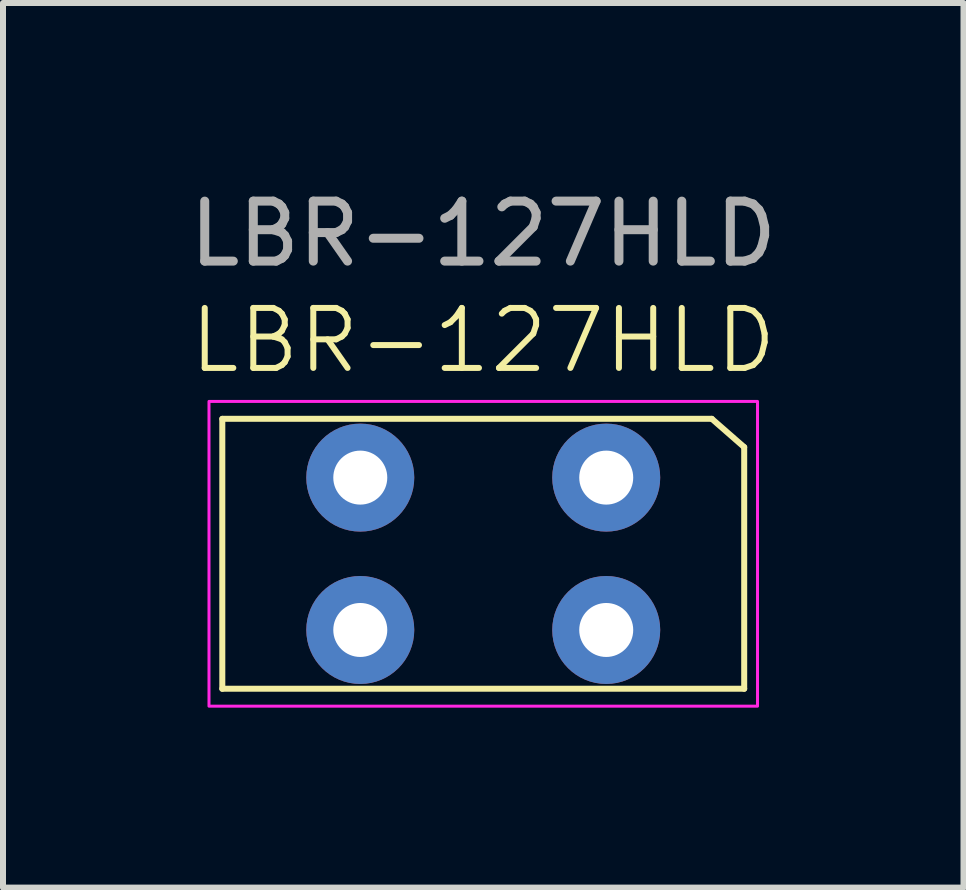
<source format=kicad_pcb>
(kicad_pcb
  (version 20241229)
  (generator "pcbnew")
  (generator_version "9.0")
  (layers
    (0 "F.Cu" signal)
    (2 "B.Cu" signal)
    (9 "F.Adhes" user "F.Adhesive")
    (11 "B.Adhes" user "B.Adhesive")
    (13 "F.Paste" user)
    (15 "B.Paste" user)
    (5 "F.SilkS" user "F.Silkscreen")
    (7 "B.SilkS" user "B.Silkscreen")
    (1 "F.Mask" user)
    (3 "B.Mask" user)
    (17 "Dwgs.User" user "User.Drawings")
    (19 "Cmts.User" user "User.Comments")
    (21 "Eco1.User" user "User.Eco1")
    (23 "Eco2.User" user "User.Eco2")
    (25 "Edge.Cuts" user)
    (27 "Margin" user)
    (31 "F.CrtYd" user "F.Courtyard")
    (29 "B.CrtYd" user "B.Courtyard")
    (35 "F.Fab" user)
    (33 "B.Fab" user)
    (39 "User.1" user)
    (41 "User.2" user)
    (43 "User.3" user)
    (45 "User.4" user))
  (footprint "LBR-127HLD"
    (layer "F.Cu")
    (at 5.006 6.182)
    (property "Reference" "LBR-127HLD" (at 0 -3.556 0) (unlocked yes) (layer "F.SilkS") (effects (font (size 1 1) (thickness 0.1))))
    (attr through_hole)
    (fp_line (start -4.35 -2.25) (end -4.35 2.25) (stroke (width 0.1) (type default)) (layer "F.SilkS"))
    (fp_line (start -4.35 2.25) (end 4.35 2.25) (stroke (width 0.1) (type default)) (layer "F.SilkS"))
    (fp_line (start 3.81 -2.25) (end -4.35 -2.25) (stroke (width 0.1) (type default)) (layer "F.SilkS"))
    (fp_line (start 3.81 -2.25) (end 4.35 -1.778) (stroke (width 0.1) (type default)) (layer "F.SilkS"))
    (fp_line (start 4.35 2.25) (end 4.35 -1.778) (stroke (width 0.1) (type default)) (layer "F.SilkS"))
    (fp_rect (start -4.572 -2.54) (end 4.572 2.54) (stroke (width 0.05) (type default)) (fill no) (layer "F.CrtYd"))
    (fp_text user "${REFERENCE}" (at 0 -5.334 0) (unlocked yes) (layer "F.Fab") (effects (font (size 1 1) (thickness 0.15))))
    (pad "1" thru_hole circle (at 2.05 -1.27) (size 1.8 1.8) (drill 0.9) (layers "*.Cu" "*.Mask"))
    (pad "2" thru_hole circle (at 2.05 1.27) (size 1.8 1.8) (drill 0.9) (layers "*.Cu" "*.Mask"))
    (pad "3" thru_hole circle (at -2.05 -1.27) (size 1.8 1.8) (drill 0.9) (layers "*.Cu" "*.Mask"))
    (pad "4" thru_hole circle (at -2.05 1.27) (size 1.8 1.8) (drill 0.9) (layers "*.Cu" "*.Mask")))
  (gr_rect
    (start -3 -3)
    (end 13.012 11.747)
    (stroke (width 0.1) (type default))
    (fill no)
    (layer "Edge.Cuts")))
</source>
